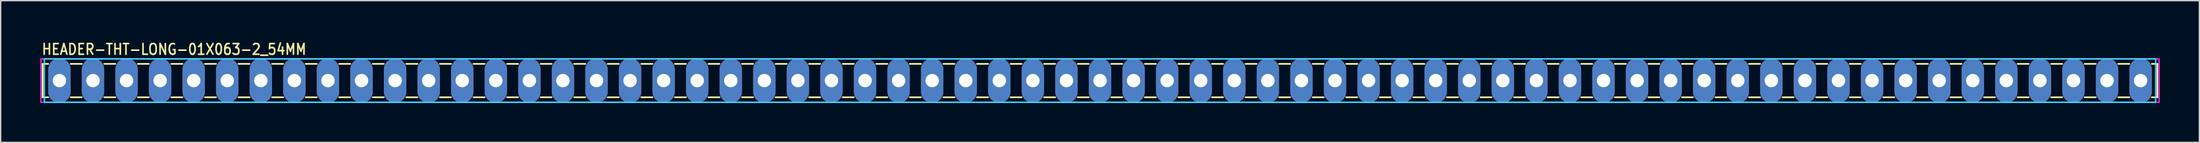
<source format=kicad_pcb>
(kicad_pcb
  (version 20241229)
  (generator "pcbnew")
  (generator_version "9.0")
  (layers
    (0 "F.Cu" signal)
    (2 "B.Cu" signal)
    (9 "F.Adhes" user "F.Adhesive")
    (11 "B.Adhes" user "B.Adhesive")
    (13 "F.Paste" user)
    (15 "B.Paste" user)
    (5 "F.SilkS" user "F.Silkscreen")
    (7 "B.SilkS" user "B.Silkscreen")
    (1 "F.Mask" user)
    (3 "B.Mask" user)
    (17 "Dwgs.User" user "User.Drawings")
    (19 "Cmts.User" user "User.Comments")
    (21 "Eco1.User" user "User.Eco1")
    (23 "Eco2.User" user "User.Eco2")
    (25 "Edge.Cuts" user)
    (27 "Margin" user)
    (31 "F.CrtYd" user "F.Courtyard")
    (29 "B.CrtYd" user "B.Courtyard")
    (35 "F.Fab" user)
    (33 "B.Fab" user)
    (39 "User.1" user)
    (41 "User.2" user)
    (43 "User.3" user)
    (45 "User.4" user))
  (footprint "HEADER-THT-LONG-01X063-2_54MM"
    (layer "F.Cu")
    (at 1.447 3.079)
    (property "Reference" "HEADER-THT-LONG-01X063-2_54MM" (at -1.4 -1.9 0) (unlocked yes) (layer "F.SilkS") (effects (font (size 0.813 0.695) (thickness 0.122)) (justify left bottom)))
    (fp_line (start -1.27 -1.27) (end -1.27 1.27) (stroke (width 0.127) (type solid)) (layer "F.SilkS"))
    (fp_line (start -1.27 1.27) (end -0.85 1.27) (stroke (width 0.127) (type solid)) (layer "F.SilkS"))
    (fp_line (start -0.85 -1.27) (end -1.27 -1.27) (stroke (width 0.127) (type solid)) (layer "F.SilkS"))
    (fp_line (start 0.85 -1.27) (end 1.69 -1.27) (stroke (width 0.127) (type solid)) (layer "F.SilkS"))
    (fp_line (start 0.85 1.27) (end 1.69 1.27) (stroke (width 0.127) (type solid)) (layer "F.SilkS"))
    (fp_line (start 3.39 -1.27) (end 4.23 -1.27) (stroke (width 0.127) (type solid)) (layer "F.SilkS"))
    (fp_line (start 3.39 1.27) (end 4.23 1.27) (stroke (width 0.127) (type solid)) (layer "F.SilkS"))
    (fp_line (start 5.93 -1.27) (end 6.77 -1.27) (stroke (width 0.127) (type solid)) (layer "F.SilkS"))
    (fp_line (start 5.93 1.27) (end 6.77 1.27) (stroke (width 0.127) (type solid)) (layer "F.SilkS"))
    (fp_line (start 8.47 -1.27) (end 9.31 -1.27) (stroke (width 0.127) (type solid)) (layer "F.SilkS"))
    (fp_line (start 8.47 1.27) (end 9.31 1.27) (stroke (width 0.127) (type solid)) (layer "F.SilkS"))
    (fp_line (start 11.01 -1.27) (end 11.85 -1.27) (stroke (width 0.127) (type solid)) (layer "F.SilkS"))
    (fp_line (start 11.01 1.27) (end 11.85 1.27) (stroke (width 0.127) (type solid)) (layer "F.SilkS"))
    (fp_line (start 13.55 -1.27) (end 14.39 -1.27) (stroke (width 0.127) (type solid)) (layer "F.SilkS"))
    (fp_line (start 13.55 1.27) (end 14.39 1.27) (stroke (width 0.127) (type solid)) (layer "F.SilkS"))
    (fp_line (start 16.09 -1.27) (end 16.93 -1.27) (stroke (width 0.127) (type solid)) (layer "F.SilkS"))
    (fp_line (start 16.09 1.27) (end 16.93 1.27) (stroke (width 0.127) (type solid)) (layer "F.SilkS"))
    (fp_line (start 18.63 -1.27) (end 19.47 -1.27) (stroke (width 0.127) (type solid)) (layer "F.SilkS"))
    (fp_line (start 18.63 1.27) (end 19.47 1.27) (stroke (width 0.127) (type solid)) (layer "F.SilkS"))
    (fp_line (start 21.17 -1.27) (end 22.01 -1.27) (stroke (width 0.127) (type solid)) (layer "F.SilkS"))
    (fp_line (start 21.17 1.27) (end 22.01 1.27) (stroke (width 0.127) (type solid)) (layer "F.SilkS"))
    (fp_line (start 23.71 -1.27) (end 24.55 -1.27) (stroke (width 0.127) (type solid)) (layer "F.SilkS"))
    (fp_line (start 23.71 1.27) (end 24.55 1.27) (stroke (width 0.127) (type solid)) (layer "F.SilkS"))
    (fp_line (start 26.25 -1.27) (end 27.09 -1.27) (stroke (width 0.127) (type solid)) (layer "F.SilkS"))
    (fp_line (start 26.25 1.27) (end 27.09 1.27) (stroke (width 0.127) (type solid)) (layer "F.SilkS"))
    (fp_line (start 28.79 -1.27) (end 29.63 -1.27) (stroke (width 0.127) (type solid)) (layer "F.SilkS"))
    (fp_line (start 28.79 1.27) (end 29.63 1.27) (stroke (width 0.127) (type solid)) (layer "F.SilkS"))
    (fp_line (start 31.33 -1.27) (end 32.17 -1.27) (stroke (width 0.127) (type solid)) (layer "F.SilkS"))
    (fp_line (start 31.33 1.27) (end 32.17 1.27) (stroke (width 0.127) (type solid)) (layer "F.SilkS"))
    (fp_line (start 33.87 -1.27) (end 34.71 -1.27) (stroke (width 0.127) (type solid)) (layer "F.SilkS"))
    (fp_line (start 33.87 1.27) (end 34.71 1.27) (stroke (width 0.127) (type solid)) (layer "F.SilkS"))
    (fp_line (start 36.41 -1.27) (end 37.25 -1.27) (stroke (width 0.127) (type solid)) (layer "F.SilkS"))
    (fp_line (start 36.41 1.27) (end 37.25 1.27) (stroke (width 0.127) (type solid)) (layer "F.SilkS"))
    (fp_line (start 38.95 -1.27) (end 39.79 -1.27) (stroke (width 0.127) (type solid)) (layer "F.SilkS"))
    (fp_line (start 38.95 1.27) (end 39.79 1.27) (stroke (width 0.127) (type solid)) (layer "F.SilkS"))
    (fp_line (start 41.49 -1.27) (end 42.33 -1.27) (stroke (width 0.127) (type solid)) (layer "F.SilkS"))
    (fp_line (start 41.49 1.27) (end 42.33 1.27) (stroke (width 0.127) (type solid)) (layer "F.SilkS"))
    (fp_line (start 44.03 -1.27) (end 44.87 -1.27) (stroke (width 0.127) (type solid)) (layer "F.SilkS"))
    (fp_line (start 44.03 1.27) (end 44.87 1.27) (stroke (width 0.127) (type solid)) (layer "F.SilkS"))
    (fp_line (start 46.57 -1.27) (end 47.41 -1.27) (stroke (width 0.127) (type solid)) (layer "F.SilkS"))
    (fp_line (start 46.57 1.27) (end 47.41 1.27) (stroke (width 0.127) (type solid)) (layer "F.SilkS"))
    (fp_line (start 49.11 -1.27) (end 49.95 -1.27) (stroke (width 0.127) (type solid)) (layer "F.SilkS"))
    (fp_line (start 49.11 1.27) (end 49.95 1.27) (stroke (width 0.127) (type solid)) (layer "F.SilkS"))
    (fp_line (start 51.65 -1.27) (end 52.49 -1.27) (stroke (width 0.127) (type solid)) (layer "F.SilkS"))
    (fp_line (start 51.65 1.27) (end 52.49 1.27) (stroke (width 0.127) (type solid)) (layer "F.SilkS"))
    (fp_line (start 54.19 -1.27) (end 55.03 -1.27) (stroke (width 0.127) (type solid)) (layer "F.SilkS"))
    (fp_line (start 54.19 1.27) (end 55.03 1.27) (stroke (width 0.127) (type solid)) (layer "F.SilkS"))
    (fp_line (start 56.73 -1.27) (end 57.57 -1.27) (stroke (width 0.127) (type solid)) (layer "F.SilkS"))
    (fp_line (start 56.73 1.27) (end 57.57 1.27) (stroke (width 0.127) (type solid)) (layer "F.SilkS"))
    (fp_line (start 59.27 -1.27) (end 60.11 -1.27) (stroke (width 0.127) (type solid)) (layer "F.SilkS"))
    (fp_line (start 59.27 1.27) (end 60.11 1.27) (stroke (width 0.127) (type solid)) (layer "F.SilkS"))
    (fp_line (start 61.81 -1.27) (end 62.65 -1.27) (stroke (width 0.127) (type solid)) (layer "F.SilkS"))
    (fp_line (start 61.81 1.27) (end 62.65 1.27) (stroke (width 0.127) (type solid)) (layer "F.SilkS"))
    (fp_line (start 64.35 -1.27) (end 65.19 -1.27) (stroke (width 0.127) (type solid)) (layer "F.SilkS"))
    (fp_line (start 64.35 1.27) (end 65.19 1.27) (stroke (width 0.127) (type solid)) (layer "F.SilkS"))
    (fp_line (start 66.89 -1.27) (end 67.73 -1.27) (stroke (width 0.127) (type solid)) (layer "F.SilkS"))
    (fp_line (start 66.89 1.27) (end 67.73 1.27) (stroke (width 0.127) (type solid)) (layer "F.SilkS"))
    (fp_line (start 69.43 -1.27) (end 70.27 -1.27) (stroke (width 0.127) (type solid)) (layer "F.SilkS"))
    (fp_line (start 69.43 1.27) (end 70.27 1.27) (stroke (width 0.127) (type solid)) (layer "F.SilkS"))
    (fp_line (start 71.97 -1.27) (end 72.81 -1.27) (stroke (width 0.127) (type solid)) (layer "F.SilkS"))
    (fp_line (start 71.97 1.27) (end 72.81 1.27) (stroke (width 0.127) (type solid)) (layer "F.SilkS"))
    (fp_line (start 74.51 -1.27) (end 75.35 -1.27) (stroke (width 0.127) (type solid)) (layer "F.SilkS"))
    (fp_line (start 74.51 1.27) (end 75.35 1.27) (stroke (width 0.127) (type solid)) (layer "F.SilkS"))
    (fp_line (start 77.05 -1.27) (end 77.89 -1.27) (stroke (width 0.127) (type solid)) (layer "F.SilkS"))
    (fp_line (start 77.05 1.27) (end 77.89 1.27) (stroke (width 0.127) (type solid)) (layer "F.SilkS"))
    (fp_line (start 79.59 -1.27) (end 80.43 -1.27) (stroke (width 0.127) (type solid)) (layer "F.SilkS"))
    (fp_line (start 79.59 1.27) (end 80.43 1.27) (stroke (width 0.127) (type solid)) (layer "F.SilkS"))
    (fp_line (start 82.13 -1.27) (end 82.97 -1.27) (stroke (width 0.127) (type solid)) (layer "F.SilkS"))
    (fp_line (start 82.13 1.27) (end 82.97 1.27) (stroke (width 0.127) (type solid)) (layer "F.SilkS"))
    (fp_line (start 84.67 -1.27) (end 85.51 -1.27) (stroke (width 0.127) (type solid)) (layer "F.SilkS"))
    (fp_line (start 84.67 1.27) (end 85.51 1.27) (stroke (width 0.127) (type solid)) (layer "F.SilkS"))
    (fp_line (start 87.21 -1.27) (end 88.05 -1.27) (stroke (width 0.127) (type solid)) (layer "F.SilkS"))
    (fp_line (start 87.21 1.27) (end 88.05 1.27) (stroke (width 0.127) (type solid)) (layer "F.SilkS"))
    (fp_line (start 89.75 -1.27) (end 90.59 -1.27) (stroke (width 0.127) (type solid)) (layer "F.SilkS"))
    (fp_line (start 89.75 1.27) (end 90.59 1.27) (stroke (width 0.127) (type solid)) (layer "F.SilkS"))
    (fp_line (start 92.29 -1.27) (end 93.13 -1.27) (stroke (width 0.127) (type solid)) (layer "F.SilkS"))
    (fp_line (start 92.29 1.27) (end 93.13 1.27) (stroke (width 0.127) (type solid)) (layer "F.SilkS"))
    (fp_line (start 94.83 -1.27) (end 95.67 -1.27) (stroke (width 0.127) (type solid)) (layer "F.SilkS"))
    (fp_line (start 94.83 1.27) (end 95.67 1.27) (stroke (width 0.127) (type solid)) (layer "F.SilkS"))
    (fp_line (start 97.37 -1.27) (end 98.21 -1.27) (stroke (width 0.127) (type solid)) (layer "F.SilkS"))
    (fp_line (start 97.37 1.27) (end 98.21 1.27) (stroke (width 0.127) (type solid)) (layer "F.SilkS"))
    (fp_line (start 99.91 -1.27) (end 100.75 -1.27) (stroke (width 0.127) (type solid)) (layer "F.SilkS"))
    (fp_line (start 99.91 1.27) (end 100.75 1.27) (stroke (width 0.127) (type solid)) (layer "F.SilkS"))
    (fp_line (start 102.45 -1.27) (end 103.29 -1.27) (stroke (width 0.127) (type solid)) (layer "F.SilkS"))
    (fp_line (start 102.45 1.27) (end 103.29 1.27) (stroke (width 0.127) (type solid)) (layer "F.SilkS"))
    (fp_line (start 104.99 -1.27) (end 105.83 -1.27) (stroke (width 0.127) (type solid)) (layer "F.SilkS"))
    (fp_line (start 104.99 1.27) (end 105.83 1.27) (stroke (width 0.127) (type solid)) (layer "F.SilkS"))
    (fp_line (start 107.53 -1.27) (end 108.37 -1.27) (stroke (width 0.127) (type solid)) (layer "F.SilkS"))
    (fp_line (start 107.53 1.27) (end 108.37 1.27) (stroke (width 0.127) (type solid)) (layer "F.SilkS"))
    (fp_line (start 110.07 -1.27) (end 110.91 -1.27) (stroke (width 0.127) (type solid)) (layer "F.SilkS"))
    (fp_line (start 110.07 1.27) (end 110.91 1.27) (stroke (width 0.127) (type solid)) (layer "F.SilkS"))
    (fp_line (start 112.61 -1.27) (end 113.45 -1.27) (stroke (width 0.127) (type solid)) (layer "F.SilkS"))
    (fp_line (start 112.61 1.27) (end 113.45 1.27) (stroke (width 0.127) (type solid)) (layer "F.SilkS"))
    (fp_line (start 115.15 -1.27) (end 115.99 -1.27) (stroke (width 0.127) (type solid)) (layer "F.SilkS"))
    (fp_line (start 115.15 1.27) (end 115.99 1.27) (stroke (width 0.127) (type solid)) (layer "F.SilkS"))
    (fp_line (start 117.69 -1.27) (end 118.53 -1.27) (stroke (width 0.127) (type solid)) (layer "F.SilkS"))
    (fp_line (start 117.69 1.27) (end 118.53 1.27) (stroke (width 0.127) (type solid)) (layer "F.SilkS"))
    (fp_line (start 120.23 -1.27) (end 121.07 -1.27) (stroke (width 0.127) (type solid)) (layer "F.SilkS"))
    (fp_line (start 120.23 1.27) (end 121.07 1.27) (stroke (width 0.127) (type solid)) (layer "F.SilkS"))
    (fp_line (start 122.77 -1.27) (end 123.61 -1.27) (stroke (width 0.127) (type solid)) (layer "F.SilkS"))
    (fp_line (start 122.77 1.27) (end 123.61 1.27) (stroke (width 0.127) (type solid)) (layer "F.SilkS"))
    (fp_line (start 125.31 -1.27) (end 126.15 -1.27) (stroke (width 0.127) (type solid)) (layer "F.SilkS"))
    (fp_line (start 125.31 1.27) (end 126.15 1.27) (stroke (width 0.127) (type solid)) (layer "F.SilkS"))
    (fp_line (start 127.85 -1.27) (end 128.69 -1.27) (stroke (width 0.127) (type solid)) (layer "F.SilkS"))
    (fp_line (start 127.85 1.27) (end 128.69 1.27) (stroke (width 0.127) (type solid)) (layer "F.SilkS"))
    (fp_line (start 130.39 -1.27) (end 131.23 -1.27) (stroke (width 0.127) (type solid)) (layer "F.SilkS"))
    (fp_line (start 130.39 1.27) (end 131.23 1.27) (stroke (width 0.127) (type solid)) (layer "F.SilkS"))
    (fp_line (start 132.93 -1.27) (end 133.77 -1.27) (stroke (width 0.127) (type solid)) (layer "F.SilkS"))
    (fp_line (start 132.93 1.27) (end 133.77 1.27) (stroke (width 0.127) (type solid)) (layer "F.SilkS"))
    (fp_line (start 135.47 -1.27) (end 136.31 -1.27) (stroke (width 0.127) (type solid)) (layer "F.SilkS"))
    (fp_line (start 135.47 1.27) (end 136.31 1.27) (stroke (width 0.127) (type solid)) (layer "F.SilkS"))
    (fp_line (start 138.01 -1.27) (end 138.85 -1.27) (stroke (width 0.127) (type solid)) (layer "F.SilkS"))
    (fp_line (start 138.01 1.27) (end 138.85 1.27) (stroke (width 0.127) (type solid)) (layer "F.SilkS"))
    (fp_line (start 140.55 -1.27) (end 141.39 -1.27) (stroke (width 0.127) (type solid)) (layer "F.SilkS"))
    (fp_line (start 140.55 1.27) (end 141.39 1.27) (stroke (width 0.127) (type solid)) (layer "F.SilkS"))
    (fp_line (start 143.09 -1.27) (end 143.93 -1.27) (stroke (width 0.127) (type solid)) (layer "F.SilkS"))
    (fp_line (start 143.09 1.27) (end 143.93 1.27) (stroke (width 0.127) (type solid)) (layer "F.SilkS"))
    (fp_line (start 145.63 -1.27) (end 146.47 -1.27) (stroke (width 0.127) (type solid)) (layer "F.SilkS"))
    (fp_line (start 145.63 1.27) (end 146.47 1.27) (stroke (width 0.127) (type solid)) (layer "F.SilkS"))
    (fp_line (start 148.17 -1.27) (end 149.01 -1.27) (stroke (width 0.127) (type solid)) (layer "F.SilkS"))
    (fp_line (start 148.17 1.27) (end 149.01 1.27) (stroke (width 0.127) (type solid)) (layer "F.SilkS"))
    (fp_line (start 150.71 -1.27) (end 151.55 -1.27) (stroke (width 0.127) (type solid)) (layer "F.SilkS"))
    (fp_line (start 150.71 1.27) (end 151.55 1.27) (stroke (width 0.127) (type solid)) (layer "F.SilkS"))
    (fp_line (start 153.25 -1.27) (end 154.09 -1.27) (stroke (width 0.127) (type solid)) (layer "F.SilkS"))
    (fp_line (start 153.25 1.27) (end 154.09 1.27) (stroke (width 0.127) (type solid)) (layer "F.SilkS"))
    (fp_line (start 155.79 -1.27) (end 156.63 -1.27) (stroke (width 0.127) (type solid)) (layer "F.SilkS"))
    (fp_line (start 155.79 1.27) (end 156.63 1.27) (stroke (width 0.127) (type solid)) (layer "F.SilkS"))
    (fp_line (start 158.33 -1.27) (end 158.75 -1.27) (stroke (width 0.127) (type solid)) (layer "F.SilkS"))
    (fp_line (start 158.75 -1.27) (end 158.75 1.27) (stroke (width 0.127) (type solid)) (layer "F.SilkS"))
    (fp_line (start 158.75 1.27) (end 158.33 1.27) (stroke (width 0.127) (type solid)) (layer "F.SilkS"))
    (fp_poly (pts (xy -1.143 -1.651) (xy 158.623 -1.651) (xy 158.623 1.651) (xy -1.143 1.651)) (stroke (width 0.1) (type solid)) (fill no) (layer "B.CrtYd"))
    (fp_poly (pts (xy -1.397 -1.651) (xy 158.877 -1.651) (xy 158.877 1.651) (xy -1.397 1.651)) (stroke (width 0.1) (type solid)) (fill no) (layer "F.CrtYd"))
    (pad "1" thru_hole oval (at 0 0 90) (size 3.387 1.693) (drill 1.016) (layers "*.Cu" "*.Mask"))
    (pad "2" thru_hole oval (at 2.54 0 90) (size 3.387 1.693) (drill 1.016) (layers "*.Cu" "*.Mask"))
    (pad "3" thru_hole oval (at 5.08 0 90) (size 3.387 1.693) (drill 1.016) (layers "*.Cu" "*.Mask"))
    (pad "4" thru_hole oval (at 7.62 0 90) (size 3.387 1.693) (drill 1.016) (layers "*.Cu" "*.Mask"))
    (pad "5" thru_hole oval (at 10.16 0 90) (size 3.387 1.693) (drill 1.016) (layers "*.Cu" "*.Mask"))
    (pad "6" thru_hole oval (at 12.7 0 90) (size 3.387 1.693) (drill 1.016) (layers "*.Cu" "*.Mask"))
    (pad "7" thru_hole oval (at 15.24 0 90) (size 3.387 1.693) (drill 1.016) (layers "*.Cu" "*.Mask"))
    (pad "8" thru_hole oval (at 17.78 0 90) (size 3.387 1.693) (drill 1.016) (layers "*.Cu" "*.Mask"))
    (pad "9" thru_hole oval (at 20.32 0 90) (size 3.387 1.693) (drill 1.016) (layers "*.Cu" "*.Mask"))
    (pad "10" thru_hole oval (at 22.86 0 90) (size 3.387 1.693) (drill 1.016) (layers "*.Cu" "*.Mask"))
    (pad "11" thru_hole oval (at 25.4 0 90) (size 3.387 1.693) (drill 1.016) (layers "*.Cu" "*.Mask"))
    (pad "12" thru_hole oval (at 27.94 0 90) (size 3.387 1.693) (drill 1.016) (layers "*.Cu" "*.Mask"))
    (pad "13" thru_hole oval (at 30.48 0 90) (size 3.387 1.693) (drill 1.016) (layers "*.Cu" "*.Mask"))
    (pad "14" thru_hole oval (at 33.02 0 90) (size 3.387 1.693) (drill 1.016) (layers "*.Cu" "*.Mask"))
    (pad "15" thru_hole oval (at 35.56 0 90) (size 3.387 1.693) (drill 1.016) (layers "*.Cu" "*.Mask"))
    (pad "16" thru_hole oval (at 38.1 0 90) (size 3.387 1.693) (drill 1.016) (layers "*.Cu" "*.Mask"))
    (pad "17" thru_hole oval (at 40.64 0 90) (size 3.387 1.693) (drill 1.016) (layers "*.Cu" "*.Mask"))
    (pad "18" thru_hole oval (at 43.18 0 90) (size 3.387 1.693) (drill 1.016) (layers "*.Cu" "*.Mask"))
    (pad "19" thru_hole oval (at 45.72 0 90) (size 3.387 1.693) (drill 1.016) (layers "*.Cu" "*.Mask"))
    (pad "20" thru_hole oval (at 48.26 0 90) (size 3.387 1.693) (drill 1.016) (layers "*.Cu" "*.Mask"))
    (pad "21" thru_hole oval (at 50.8 0 90) (size 3.387 1.693) (drill 1.016) (layers "*.Cu" "*.Mask"))
    (pad "22" thru_hole oval (at 53.34 0 90) (size 3.387 1.693) (drill 1.016) (layers "*.Cu" "*.Mask"))
    (pad "23" thru_hole oval (at 55.88 0 90) (size 3.387 1.693) (drill 1.016) (layers "*.Cu" "*.Mask"))
    (pad "24" thru_hole oval (at 58.42 0 90) (size 3.387 1.693) (drill 1.016) (layers "*.Cu" "*.Mask"))
    (pad "25" thru_hole oval (at 60.96 0 90) (size 3.387 1.693) (drill 1.016) (layers "*.Cu" "*.Mask"))
    (pad "26" thru_hole oval (at 63.5 0 90) (size 3.387 1.693) (drill 1.016) (layers "*.Cu" "*.Mask"))
    (pad "27" thru_hole oval (at 66.04 0 90) (size 3.387 1.693) (drill 1.016) (layers "*.Cu" "*.Mask"))
    (pad "28" thru_hole oval (at 68.58 0 90) (size 3.387 1.693) (drill 1.016) (layers "*.Cu" "*.Mask"))
    (pad "29" thru_hole oval (at 71.12 0 90) (size 3.387 1.693) (drill 1.016) (layers "*.Cu" "*.Mask"))
    (pad "30" thru_hole oval (at 73.66 0 90) (size 3.387 1.693) (drill 1.016) (layers "*.Cu" "*.Mask"))
    (pad "31" thru_hole oval (at 76.2 0 90) (size 3.387 1.693) (drill 1.016) (layers "*.Cu" "*.Mask"))
    (pad "32" thru_hole oval (at 78.74 0 90) (size 3.387 1.693) (drill 1.016) (layers "*.Cu" "*.Mask"))
    (pad "33" thru_hole oval (at 81.28 0 90) (size 3.387 1.693) (drill 1.016) (layers "*.Cu" "*.Mask"))
    (pad "34" thru_hole oval (at 83.82 0 90) (size 3.387 1.693) (drill 1.016) (layers "*.Cu" "*.Mask"))
    (pad "35" thru_hole oval (at 86.36 0 90) (size 3.387 1.693) (drill 1.016) (layers "*.Cu" "*.Mask"))
    (pad "36" thru_hole oval (at 88.9 0 90) (size 3.387 1.693) (drill 1.016) (layers "*.Cu" "*.Mask"))
    (pad "37" thru_hole oval (at 91.44 0 90) (size 3.387 1.693) (drill 1.016) (layers "*.Cu" "*.Mask"))
    (pad "38" thru_hole oval (at 93.98 0 90) (size 3.387 1.693) (drill 1.016) (layers "*.Cu" "*.Mask"))
    (pad "39" thru_hole oval (at 96.52 0 90) (size 3.387 1.693) (drill 1.016) (layers "*.Cu" "*.Mask"))
    (pad "40" thru_hole oval (at 99.06 0 90) (size 3.387 1.693) (drill 1.016) (layers "*.Cu" "*.Mask"))
    (pad "41" thru_hole oval (at 101.6 0 90) (size 3.387 1.693) (drill 1.016) (layers "*.Cu" "*.Mask"))
    (pad "42" thru_hole oval (at 104.14 0 90) (size 3.387 1.693) (drill 1.016) (layers "*.Cu" "*.Mask"))
    (pad "43" thru_hole oval (at 106.68 0 90) (size 3.387 1.693) (drill 1.016) (layers "*.Cu" "*.Mask"))
    (pad "44" thru_hole oval (at 109.22 0 90) (size 3.387 1.693) (drill 1.016) (layers "*.Cu" "*.Mask"))
    (pad "45" thru_hole oval (at 111.76 0 90) (size 3.387 1.693) (drill 1.016) (layers "*.Cu" "*.Mask"))
    (pad "46" thru_hole oval (at 114.3 0 90) (size 3.387 1.693) (drill 1.016) (layers "*.Cu" "*.Mask"))
    (pad "47" thru_hole oval (at 116.84 0 90) (size 3.387 1.693) (drill 1.016) (layers "*.Cu" "*.Mask"))
    (pad "48" thru_hole oval (at 119.38 0 90) (size 3.387 1.693) (drill 1.016) (layers "*.Cu" "*.Mask"))
    (pad "49" thru_hole oval (at 121.92 0 90) (size 3.387 1.693) (drill 1.016) (layers "*.Cu" "*.Mask"))
    (pad "50" thru_hole oval (at 124.46 0 90) (size 3.387 1.693) (drill 1.016) (layers "*.Cu" "*.Mask"))
    (pad "51" thru_hole oval (at 127 0 90) (size 3.387 1.693) (drill 1.016) (layers "*.Cu" "*.Mask"))
    (pad "52" thru_hole oval (at 129.54 0 90) (size 3.387 1.693) (drill 1.016) (layers "*.Cu" "*.Mask"))
    (pad "53" thru_hole oval (at 132.08 0 90) (size 3.387 1.693) (drill 1.016) (layers "*.Cu" "*.Mask"))
    (pad "54" thru_hole oval (at 134.62 0 90) (size 3.387 1.693) (drill 1.016) (layers "*.Cu" "*.Mask"))
    (pad "55" thru_hole oval (at 137.16 0 90) (size 3.387 1.693) (drill 1.016) (layers "*.Cu" "*.Mask"))
    (pad "56" thru_hole oval (at 139.7 0 90) (size 3.387 1.693) (drill 1.016) (layers "*.Cu" "*.Mask"))
    (pad "57" thru_hole oval (at 142.24 0 90) (size 3.387 1.693) (drill 1.016) (layers "*.Cu" "*.Mask"))
    (pad "58" thru_hole oval (at 144.78 0 90) (size 3.387 1.693) (drill 1.016) (layers "*.Cu" "*.Mask"))
    (pad "59" thru_hole oval (at 147.32 0 90) (size 3.387 1.693) (drill 1.016) (layers "*.Cu" "*.Mask"))
    (pad "60" thru_hole oval (at 149.86 0 90) (size 3.387 1.693) (drill 1.016) (layers "*.Cu" "*.Mask"))
    (pad "61" thru_hole oval (at 152.4 0 90) (size 3.387 1.693) (drill 1.016) (layers "*.Cu" "*.Mask"))
    (pad "62" thru_hole oval (at 154.94 0 90) (size 3.387 1.693) (drill 1.016) (layers "*.Cu" "*.Mask"))
    (pad "63" thru_hole oval (at 157.48 0 90) (size 3.387 1.693) (drill 1.016) (layers "*.Cu" "*.Mask")))
  (gr_rect
    (start -3 -3)
    (end 163.374 7.78)
    (stroke (width 0.1) (type default))
    (fill no)
    (layer "Edge.Cuts")))
</source>
